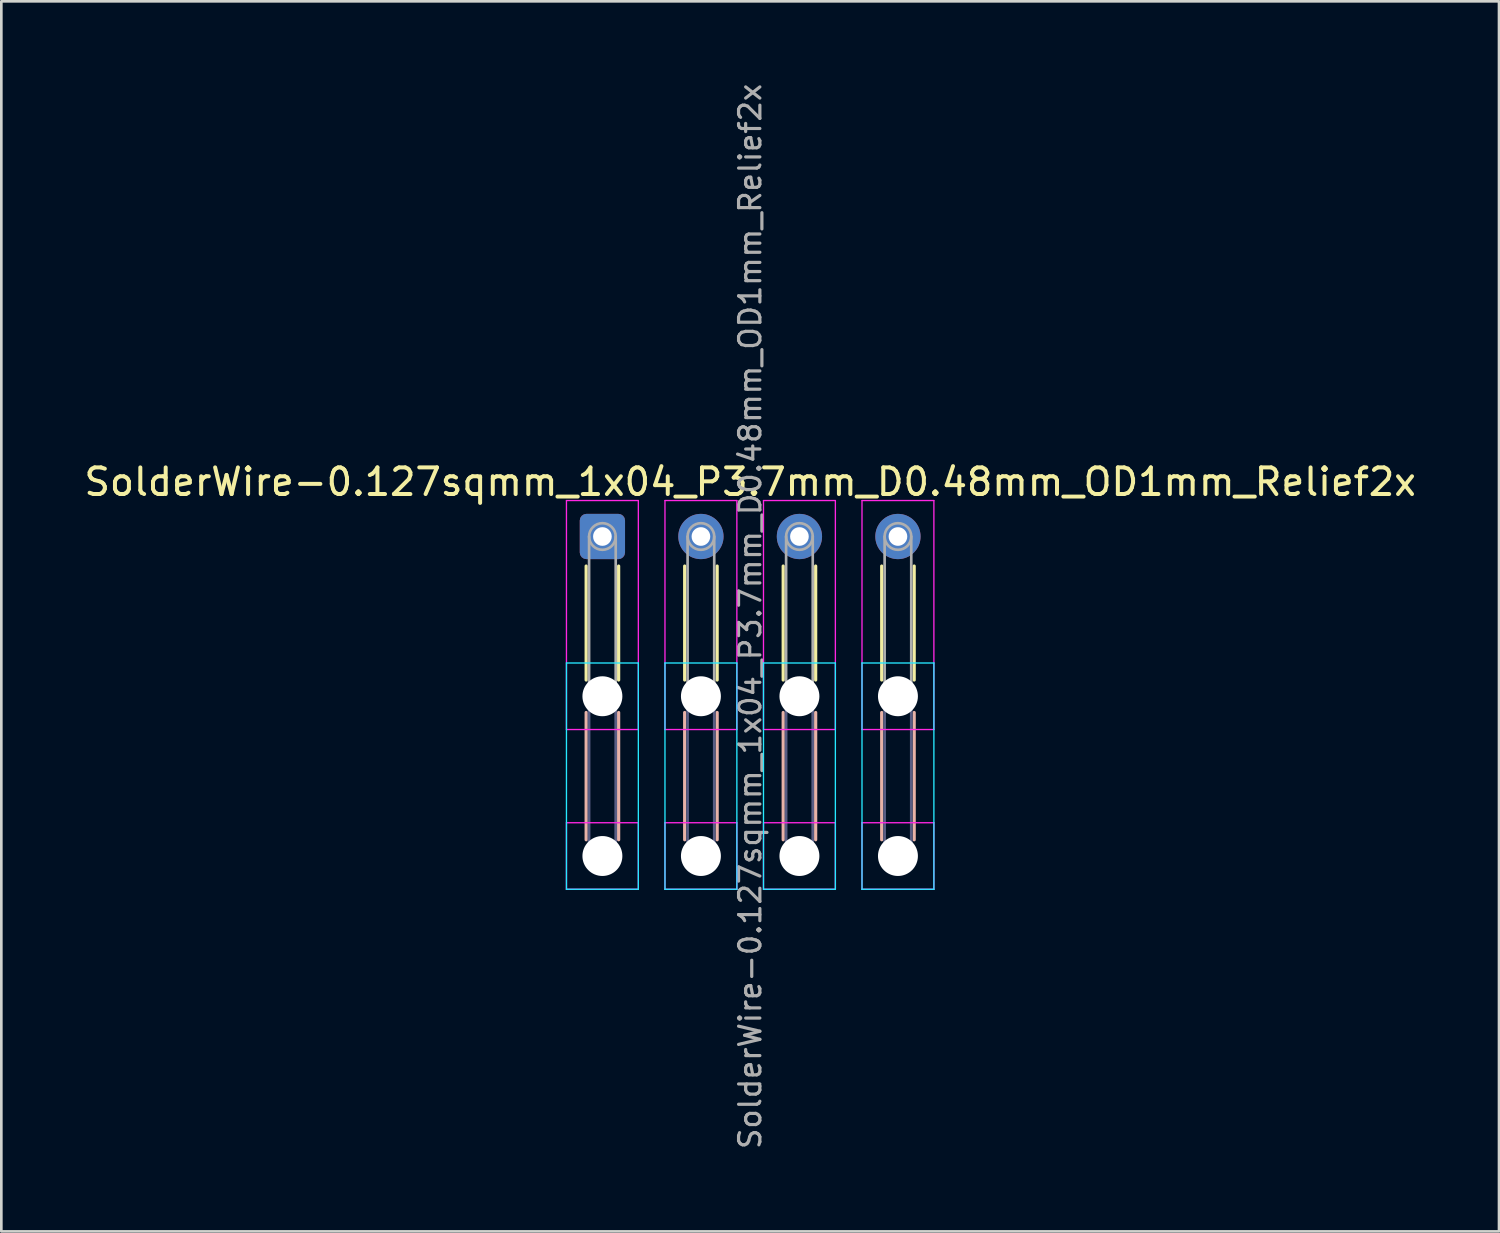
<source format=kicad_pcb>
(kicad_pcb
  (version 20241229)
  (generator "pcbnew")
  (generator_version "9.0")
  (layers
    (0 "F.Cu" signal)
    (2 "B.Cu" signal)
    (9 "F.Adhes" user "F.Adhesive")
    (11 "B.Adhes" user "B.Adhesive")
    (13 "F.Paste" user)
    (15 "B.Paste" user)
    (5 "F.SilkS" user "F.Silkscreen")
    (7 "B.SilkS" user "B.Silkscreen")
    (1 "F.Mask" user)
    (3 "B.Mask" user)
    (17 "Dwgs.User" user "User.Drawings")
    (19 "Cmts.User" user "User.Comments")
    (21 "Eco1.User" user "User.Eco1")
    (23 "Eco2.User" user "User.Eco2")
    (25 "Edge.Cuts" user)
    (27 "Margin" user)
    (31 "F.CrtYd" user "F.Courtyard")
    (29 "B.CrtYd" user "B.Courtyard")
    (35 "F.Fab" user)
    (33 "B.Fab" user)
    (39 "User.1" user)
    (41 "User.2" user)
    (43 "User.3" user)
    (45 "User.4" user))
  (footprint "SolderWire-0.127sqmm_1x04_P3.7mm_D0.48mm_OD1mm_Relief2x"
    (layer "F.Cu")
    (at 19.575 17.1)
    (property "Reference" "SolderWire-0.127sqmm_1x04_P3.7mm_D0.48mm_OD1mm_Relief2x" (at 5.55 -2.05 0) (layer "F.SilkS") (effects (font (size 1 1) (thickness 0.15))))
    (attr exclude_from_pos_files exclude_from_bom)
    (fp_line (start -0.61 1.11) (end -0.61 5.39) (stroke (width 0.12) (type solid)) (layer "F.SilkS"))
    (fp_line (start 0.61 1.11) (end 0.61 5.39) (stroke (width 0.12) (type solid)) (layer "F.SilkS"))
    (fp_line (start 3.09 1.11) (end 3.09 5.39) (stroke (width 0.12) (type solid)) (layer "F.SilkS"))
    (fp_line (start 4.31 1.11) (end 4.31 5.39) (stroke (width 0.12) (type solid)) (layer "F.SilkS"))
    (fp_line (start 6.79 1.11) (end 6.79 5.39) (stroke (width 0.12) (type solid)) (layer "F.SilkS"))
    (fp_line (start 8.01 1.11) (end 8.01 5.39) (stroke (width 0.12) (type solid)) (layer "F.SilkS"))
    (fp_line (start 10.49 1.11) (end 10.49 5.39) (stroke (width 0.12) (type solid)) (layer "F.SilkS"))
    (fp_line (start 11.71 1.11) (end 11.71 5.39) (stroke (width 0.12) (type solid)) (layer "F.SilkS"))
    (fp_line (start -0.61 6.61) (end -0.61 11.39) (stroke (width 0.12) (type solid)) (layer "B.SilkS"))
    (fp_line (start 0.61 6.61) (end 0.61 11.39) (stroke (width 0.12) (type solid)) (layer "B.SilkS"))
    (fp_line (start 3.09 6.61) (end 3.09 11.39) (stroke (width 0.12) (type solid)) (layer "B.SilkS"))
    (fp_line (start 4.31 6.61) (end 4.31 11.39) (stroke (width 0.12) (type solid)) (layer "B.SilkS"))
    (fp_line (start 6.79 6.61) (end 6.79 11.39) (stroke (width 0.12) (type solid)) (layer "B.SilkS"))
    (fp_line (start 8.01 6.61) (end 8.01 11.39) (stroke (width 0.12) (type solid)) (layer "B.SilkS"))
    (fp_line (start 10.49 6.61) (end 10.49 11.39) (stroke (width 0.12) (type solid)) (layer "B.SilkS"))
    (fp_line (start 11.71 6.61) (end 11.71 11.39) (stroke (width 0.12) (type solid)) (layer "B.SilkS"))
    (fp_line (start -1.35 4.75) (end -1.35 13.25) (stroke (width 0.05) (type solid)) (layer "B.CrtYd"))
    (fp_line (start -1.35 13.25) (end 1.35 13.25) (stroke (width 0.05) (type solid)) (layer "B.CrtYd"))
    (fp_line (start 1.35 4.75) (end -1.35 4.75) (stroke (width 0.05) (type solid)) (layer "B.CrtYd"))
    (fp_line (start 1.35 13.25) (end 1.35 4.75) (stroke (width 0.05) (type solid)) (layer "B.CrtYd"))
    (fp_line (start 2.35 4.75) (end 2.35 13.25) (stroke (width 0.05) (type solid)) (layer "B.CrtYd"))
    (fp_line (start 2.35 13.25) (end 5.05 13.25) (stroke (width 0.05) (type solid)) (layer "B.CrtYd"))
    (fp_line (start 5.05 4.75) (end 2.35 4.75) (stroke (width 0.05) (type solid)) (layer "B.CrtYd"))
    (fp_line (start 5.05 13.25) (end 5.05 4.75) (stroke (width 0.05) (type solid)) (layer "B.CrtYd"))
    (fp_line (start 6.05 4.75) (end 6.05 13.25) (stroke (width 0.05) (type solid)) (layer "B.CrtYd"))
    (fp_line (start 6.05 13.25) (end 8.75 13.25) (stroke (width 0.05) (type solid)) (layer "B.CrtYd"))
    (fp_line (start 8.75 4.75) (end 6.05 4.75) (stroke (width 0.05) (type solid)) (layer "B.CrtYd"))
    (fp_line (start 8.75 13.25) (end 8.75 4.75) (stroke (width 0.05) (type solid)) (layer "B.CrtYd"))
    (fp_line (start 9.75 4.75) (end 9.75 13.25) (stroke (width 0.05) (type solid)) (layer "B.CrtYd"))
    (fp_line (start 9.75 13.25) (end 12.45 13.25) (stroke (width 0.05) (type solid)) (layer "B.CrtYd"))
    (fp_line (start 12.45 4.75) (end 9.75 4.75) (stroke (width 0.05) (type solid)) (layer "B.CrtYd"))
    (fp_line (start 12.45 13.25) (end 12.45 4.75) (stroke (width 0.05) (type solid)) (layer "B.CrtYd"))
    (fp_line (start -1.35 -1.35) (end -1.35 7.25) (stroke (width 0.05) (type solid)) (layer "F.CrtYd"))
    (fp_line (start -1.35 7.25) (end 1.35 7.25) (stroke (width 0.05) (type solid)) (layer "F.CrtYd"))
    (fp_line (start -1.35 10.75) (end -1.35 13.25) (stroke (width 0.05) (type solid)) (layer "F.CrtYd"))
    (fp_line (start -1.35 13.25) (end 1.35 13.25) (stroke (width 0.05) (type solid)) (layer "F.CrtYd"))
    (fp_line (start 1.35 -1.35) (end -1.35 -1.35) (stroke (width 0.05) (type solid)) (layer "F.CrtYd"))
    (fp_line (start 1.35 7.25) (end 1.35 -1.35) (stroke (width 0.05) (type solid)) (layer "F.CrtYd"))
    (fp_line (start 1.35 10.75) (end -1.35 10.75) (stroke (width 0.05) (type solid)) (layer "F.CrtYd"))
    (fp_line (start 1.35 13.25) (end 1.35 10.75) (stroke (width 0.05) (type solid)) (layer "F.CrtYd"))
    (fp_line (start 2.35 -1.35) (end 2.35 7.25) (stroke (width 0.05) (type solid)) (layer "F.CrtYd"))
    (fp_line (start 2.35 7.25) (end 5.05 7.25) (stroke (width 0.05) (type solid)) (layer "F.CrtYd"))
    (fp_line (start 2.35 10.75) (end 2.35 13.25) (stroke (width 0.05) (type solid)) (layer "F.CrtYd"))
    (fp_line (start 2.35 13.25) (end 5.05 13.25) (stroke (width 0.05) (type solid)) (layer "F.CrtYd"))
    (fp_line (start 5.05 -1.35) (end 2.35 -1.35) (stroke (width 0.05) (type solid)) (layer "F.CrtYd"))
    (fp_line (start 5.05 7.25) (end 5.05 -1.35) (stroke (width 0.05) (type solid)) (layer "F.CrtYd"))
    (fp_line (start 5.05 10.75) (end 2.35 10.75) (stroke (width 0.05) (type solid)) (layer "F.CrtYd"))
    (fp_line (start 5.05 13.25) (end 5.05 10.75) (stroke (width 0.05) (type solid)) (layer "F.CrtYd"))
    (fp_line (start 6.05 -1.35) (end 6.05 7.25) (stroke (width 0.05) (type solid)) (layer "F.CrtYd"))
    (fp_line (start 6.05 7.25) (end 8.75 7.25) (stroke (width 0.05) (type solid)) (layer "F.CrtYd"))
    (fp_line (start 6.05 10.75) (end 6.05 13.25) (stroke (width 0.05) (type solid)) (layer "F.CrtYd"))
    (fp_line (start 6.05 13.25) (end 8.75 13.25) (stroke (width 0.05) (type solid)) (layer "F.CrtYd"))
    (fp_line (start 8.75 -1.35) (end 6.05 -1.35) (stroke (width 0.05) (type solid)) (layer "F.CrtYd"))
    (fp_line (start 8.75 7.25) (end 8.75 -1.35) (stroke (width 0.05) (type solid)) (layer "F.CrtYd"))
    (fp_line (start 8.75 10.75) (end 6.05 10.75) (stroke (width 0.05) (type solid)) (layer "F.CrtYd"))
    (fp_line (start 8.75 13.25) (end 8.75 10.75) (stroke (width 0.05) (type solid)) (layer "F.CrtYd"))
    (fp_line (start 9.75 -1.35) (end 9.75 7.25) (stroke (width 0.05) (type solid)) (layer "F.CrtYd"))
    (fp_line (start 9.75 7.25) (end 12.45 7.25) (stroke (width 0.05) (type solid)) (layer "F.CrtYd"))
    (fp_line (start 9.75 10.75) (end 9.75 13.25) (stroke (width 0.05) (type solid)) (layer "F.CrtYd"))
    (fp_line (start 9.75 13.25) (end 12.45 13.25) (stroke (width 0.05) (type solid)) (layer "F.CrtYd"))
    (fp_line (start 12.45 -1.35) (end 9.75 -1.35) (stroke (width 0.05) (type solid)) (layer "F.CrtYd"))
    (fp_line (start 12.45 7.25) (end 12.45 -1.35) (stroke (width 0.05) (type solid)) (layer "F.CrtYd"))
    (fp_line (start 12.45 10.75) (end 9.75 10.75) (stroke (width 0.05) (type solid)) (layer "F.CrtYd"))
    (fp_line (start 12.45 13.25) (end 12.45 10.75) (stroke (width 0.05) (type solid)) (layer "F.CrtYd"))
    (fp_line (start -0.5 6) (end -0.5 12) (stroke (width 0.1) (type solid)) (layer "B.Fab"))
    (fp_line (start 0.5 6) (end 0.5 12) (stroke (width 0.1) (type solid)) (layer "B.Fab"))
    (fp_line (start 3.2 6) (end 3.2 12) (stroke (width 0.1) (type solid)) (layer "B.Fab"))
    (fp_line (start 4.2 6) (end 4.2 12) (stroke (width 0.1) (type solid)) (layer "B.Fab"))
    (fp_line (start 6.9 6) (end 6.9 12) (stroke (width 0.1) (type solid)) (layer "B.Fab"))
    (fp_line (start 7.9 6) (end 7.9 12) (stroke (width 0.1) (type solid)) (layer "B.Fab"))
    (fp_line (start 10.6 6) (end 10.6 12) (stroke (width 0.1) (type solid)) (layer "B.Fab"))
    (fp_line (start 11.6 6) (end 11.6 12) (stroke (width 0.1) (type solid)) (layer "B.Fab"))
    (fp_circle (center 0 6) (end 0.5 6) (stroke (width 0.1) (type solid)) (fill no) (layer "B.Fab"))
    (fp_circle (center 0 12) (end 0.5 12) (stroke (width 0.1) (type solid)) (fill no) (layer "B.Fab"))
    (fp_circle (center 3.7 6) (end 4.2 6) (stroke (width 0.1) (type solid)) (fill no) (layer "B.Fab"))
    (fp_circle (center 3.7 12) (end 4.2 12) (stroke (width 0.1) (type solid)) (fill no) (layer "B.Fab"))
    (fp_circle (center 7.4 6) (end 7.9 6) (stroke (width 0.1) (type solid)) (fill no) (layer "B.Fab"))
    (fp_circle (center 7.4 12) (end 7.9 12) (stroke (width 0.1) (type solid)) (fill no) (layer "B.Fab"))
    (fp_circle (center 11.1 6) (end 11.6 6) (stroke (width 0.1) (type solid)) (fill no) (layer "B.Fab"))
    (fp_circle (center 11.1 12) (end 11.6 12) (stroke (width 0.1) (type solid)) (fill no) (layer "B.Fab"))
    (fp_line (start -0.5 0) (end -0.5 6) (stroke (width 0.1) (type solid)) (layer "F.Fab"))
    (fp_line (start 0.5 0) (end 0.5 6) (stroke (width 0.1) (type solid)) (layer "F.Fab"))
    (fp_line (start 3.2 0) (end 3.2 6) (stroke (width 0.1) (type solid)) (layer "F.Fab"))
    (fp_line (start 4.2 0) (end 4.2 6) (stroke (width 0.1) (type solid)) (layer "F.Fab"))
    (fp_line (start 6.9 0) (end 6.9 6) (stroke (width 0.1) (type solid)) (layer "F.Fab"))
    (fp_line (start 7.9 0) (end 7.9 6) (stroke (width 0.1) (type solid)) (layer "F.Fab"))
    (fp_line (start 10.6 0) (end 10.6 6) (stroke (width 0.1) (type solid)) (layer "F.Fab"))
    (fp_line (start 11.6 0) (end 11.6 6) (stroke (width 0.1) (type solid)) (layer "F.Fab"))
    (fp_circle (center 0 0) (end 0.5 0) (stroke (width 0.1) (type solid)) (fill no) (layer "F.Fab"))
    (fp_circle (center 0 6) (end 0.5 6) (stroke (width 0.1) (type solid)) (fill no) (layer "F.Fab"))
    (fp_circle (center 0 12) (end 0.5 12) (stroke (width 0.1) (type solid)) (fill no) (layer "F.Fab"))
    (fp_circle (center 3.7 0) (end 4.2 0) (stroke (width 0.1) (type solid)) (fill no) (layer "F.Fab"))
    (fp_circle (center 3.7 6) (end 4.2 6) (stroke (width 0.1) (type solid)) (fill no) (layer "F.Fab"))
    (fp_circle (center 3.7 12) (end 4.2 12) (stroke (width 0.1) (type solid)) (fill no) (layer "F.Fab"))
    (fp_circle (center 7.4 0) (end 7.9 0) (stroke (width 0.1) (type solid)) (fill no) (layer "F.Fab"))
    (fp_circle (center 7.4 6) (end 7.9 6) (stroke (width 0.1) (type solid)) (fill no) (layer "F.Fab"))
    (fp_circle (center 7.4 12) (end 7.9 12) (stroke (width 0.1) (type solid)) (fill no) (layer "F.Fab"))
    (fp_circle (center 11.1 0) (end 11.6 0) (stroke (width 0.1) (type solid)) (fill no) (layer "F.Fab"))
    (fp_circle (center 11.1 6) (end 11.6 6) (stroke (width 0.1) (type solid)) (fill no) (layer "F.Fab"))
    (fp_circle (center 11.1 12) (end 11.6 12) (stroke (width 0.1) (type solid)) (fill no) (layer "F.Fab"))
    (fp_text user "${REFERENCE}" (at 5.55 3 90) (layer "F.Fab") (effects (font (size 0.8 0.8) (thickness 0.12))))
    (pad "" np_thru_hole circle (at 0 6) (size 1.5 1.5) (drill 1.5) (layers "*.Cu" "*.Mask"))
    (pad "" np_thru_hole circle (at 0 12) (size 1.5 1.5) (drill 1.5) (layers "*.Cu" "*.Mask"))
    (pad "" np_thru_hole circle (at 3.7 6) (size 1.5 1.5) (drill 1.5) (layers "*.Cu" "*.Mask"))
    (pad "" np_thru_hole circle (at 3.7 12) (size 1.5 1.5) (drill 1.5) (layers "*.Cu" "*.Mask"))
    (pad "" np_thru_hole circle (at 7.4 6) (size 1.5 1.5) (drill 1.5) (layers "*.Cu" "*.Mask"))
    (pad "" np_thru_hole circle (at 7.4 12) (size 1.5 1.5) (drill 1.5) (layers "*.Cu" "*.Mask"))
    (pad "" np_thru_hole circle (at 11.1 6) (size 1.5 1.5) (drill 1.5) (layers "*.Cu" "*.Mask"))
    (pad "" np_thru_hole circle (at 11.1 12) (size 1.5 1.5) (drill 1.5) (layers "*.Cu" "*.Mask"))
    (pad "1" thru_hole roundrect (at 0 0) (size 1.7 1.7) (drill 0.7) (layers "*.Cu" "*.Mask") (roundrect_rratio 0.147))
    (pad "2" thru_hole circle (at 3.7 0) (size 1.7 1.7) (drill 0.7) (layers "*.Cu" "*.Mask"))
    (pad "3" thru_hole circle (at 7.4 0) (size 1.7 1.7) (drill 0.7) (layers "*.Cu" "*.Mask"))
    (pad "4" thru_hole circle (at 11.1 0) (size 1.7 1.7) (drill 0.7) (layers "*.Cu" "*.Mask")))
  (gr_rect
    (start -3 -3)
    (end 53.25 43.2)
    (stroke (width 0.1) (type default))
    (fill no)
    (layer "Edge.Cuts")))
</source>
